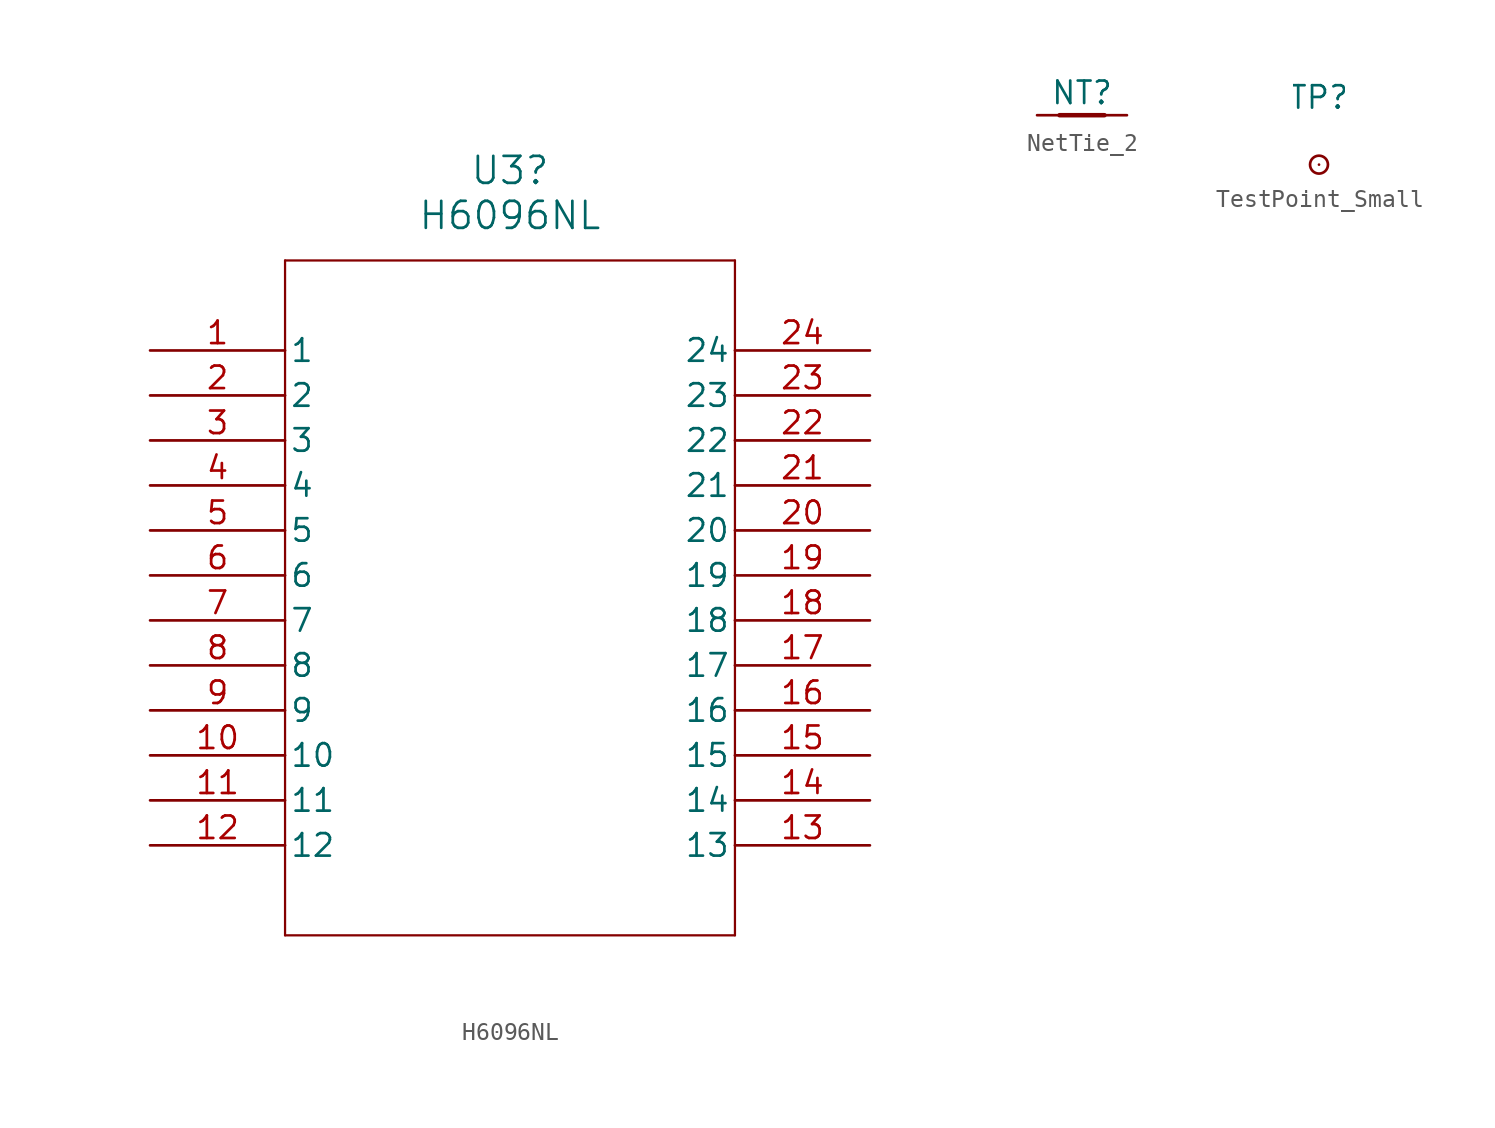
<source format=kicad_sym>
(kicad_symbol_lib
  (version 20231120)
  (generator "kicad_symbol_editor")
  (generator_version "8.0")
  (symbol "H6096NL"
    (pin_names
      (offset 0.254))
    (property "Reference" "U3"
      (at 20.32 10.16 0)
      (effects (font (size 1.524 1.524))))
    (property "Value" "H6096NL"
      (at 20.32 7.62 0)
      (effects (font (size 1.524 1.524))))
    (property "ki_locked" ""
      (at 0 0 0)
      (effects (font (size 1.27 1.27))))
    (symbol "H6096NL_0_1"
      (polyline (pts (xy 7.62 -33.02) (xy 33.02 -33.02)) (stroke (width 0.127) (type default)) (fill (type none)))
      (polyline (pts (xy 7.62 5.08) (xy 7.62 -33.02)) (stroke (width 0.127) (type default)) (fill (type none)))
      (polyline (pts (xy 33.02 -33.02) (xy 33.02 5.08)) (stroke (width 0.127) (type default)) (fill (type none)))
      (polyline (pts (xy 33.02 5.08) (xy 7.62 5.08)) (stroke (width 0.127) (type default)) (fill (type none)))
      (pin unspecified line (at 0 0 0) (length 7.62) (name "1" (effects (font (size 1.27 1.27)))) (number "1" (effects (font (size 1.27 1.27)))))
      (pin unspecified line (at 0 -22.86 0) (length 7.62) (name "10" (effects (font (size 1.27 1.27)))) (number "10" (effects (font (size 1.27 1.27)))))
      (pin unspecified line (at 0 -25.4 0) (length 7.62) (name "11" (effects (font (size 1.27 1.27)))) (number "11" (effects (font (size 1.27 1.27)))))
      (pin unspecified line (at 0 -27.94 0) (length 7.62) (name "12" (effects (font (size 1.27 1.27)))) (number "12" (effects (font (size 1.27 1.27)))))
      (pin unspecified line (at 40.64 -27.94 180) (length 7.62) (name "13" (effects (font (size 1.27 1.27)))) (number "13" (effects (font (size 1.27 1.27)))))
      (pin unspecified line (at 40.64 -25.4 180) (length 7.62) (name "14" (effects (font (size 1.27 1.27)))) (number "14" (effects (font (size 1.27 1.27)))))
      (pin unspecified line (at 40.64 -22.86 180) (length 7.62) (name "15" (effects (font (size 1.27 1.27)))) (number "15" (effects (font (size 1.27 1.27)))))
      (pin unspecified line (at 40.64 -20.32 180) (length 7.62) (name "16" (effects (font (size 1.27 1.27)))) (number "16" (effects (font (size 1.27 1.27)))))
      (pin unspecified line (at 40.64 -17.78 180) (length 7.62) (name "17" (effects (font (size 1.27 1.27)))) (number "17" (effects (font (size 1.27 1.27)))))
      (pin unspecified line (at 40.64 -15.24 180) (length 7.62) (name "18" (effects (font (size 1.27 1.27)))) (number "18" (effects (font (size 1.27 1.27)))))
      (pin unspecified line (at 40.64 -12.7 180) (length 7.62) (name "19" (effects (font (size 1.27 1.27)))) (number "19" (effects (font (size 1.27 1.27)))))
      (pin unspecified line (at 0 -2.54 0) (length 7.62) (name "2" (effects (font (size 1.27 1.27)))) (number "2" (effects (font (size 1.27 1.27)))))
      (pin unspecified line (at 40.64 -10.16 180) (length 7.62) (name "20" (effects (font (size 1.27 1.27)))) (number "20" (effects (font (size 1.27 1.27)))))
      (pin unspecified line (at 40.64 -7.62 180) (length 7.62) (name "21" (effects (font (size 1.27 1.27)))) (number "21" (effects (font (size 1.27 1.27)))))
      (pin unspecified line (at 40.64 -5.08 180) (length 7.62) (name "22" (effects (font (size 1.27 1.27)))) (number "22" (effects (font (size 1.27 1.27)))))
      (pin unspecified line (at 40.64 -2.54 180) (length 7.62) (name "23" (effects (font (size 1.27 1.27)))) (number "23" (effects (font (size 1.27 1.27)))))
      (pin unspecified line (at 40.64 0 180) (length 7.62) (name "24" (effects (font (size 1.27 1.27)))) (number "24" (effects (font (size 1.27 1.27)))))
      (pin unspecified line (at 0 -5.08 0) (length 7.62) (name "3" (effects (font (size 1.27 1.27)))) (number "3" (effects (font (size 1.27 1.27)))))
      (pin unspecified line (at 0 -7.62 0) (length 7.62) (name "4" (effects (font (size 1.27 1.27)))) (number "4" (effects (font (size 1.27 1.27)))))
      (pin unspecified line (at 0 -10.16 0) (length 7.62) (name "5" (effects (font (size 1.27 1.27)))) (number "5" (effects (font (size 1.27 1.27)))))
      (pin unspecified line (at 0 -12.7 0) (length 7.62) (name "6" (effects (font (size 1.27 1.27)))) (number "6" (effects (font (size 1.27 1.27)))))
      (pin unspecified line (at 0 -15.24 0) (length 7.62) (name "7" (effects (font (size 1.27 1.27)))) (number "7" (effects (font (size 1.27 1.27)))))
      (pin unspecified line (at 0 -17.78 0) (length 7.62) (name "8" (effects (font (size 1.27 1.27)))) (number "8" (effects (font (size 1.27 1.27)))))
      (pin unspecified line (at 0 -20.32 0) (length 7.62) (name "9" (effects (font (size 1.27 1.27)))) (number "9" (effects (font (size 1.27 1.27)))))))
  (symbol "NetTie_2"
    (pin_numbers hide)
    (pin_names
      (offset 0) hide)
    (property "Reference" "NT"
      (at 0 1.27 0)
      (effects (font (size 1.27 1.27))))
    (symbol "NetTie_2_0_1"
      (polyline (pts (xy -1.27 0) (xy 1.27 0)) (stroke (width 0.254) (type default)) (fill (type none))))
    (symbol "NetTie_2_1_1"
      (pin passive line (at -2.54 0 0) (length 2.54) (name "1" (effects (font (size 1.27 1.27)))) (number "1" (effects (font (size 1.27 1.27)))))
      (pin passive line (at 2.54 0 180) (length 2.54) (name "2" (effects (font (size 1.27 1.27)))) (number "2" (effects (font (size 1.27 1.27)))))))
  (symbol "TestPoint_Small"
    (pin_numbers hide)
    (pin_names
      (offset 0.762) hide)
    (property "Reference" "TP"
      (at 0 3.81 0)
      (effects (font (size 1.27 1.27))))
    (symbol "TestPoint_Small_0_1"
      (circle (center 0 0) (radius 0.508) (stroke (width 0) (type default)) (fill (type none))))
    (symbol "TestPoint_Small_1_1"
      (pin passive line (at 0 0 90) (length 0) (name "1" (effects (font (size 1.27 1.27)))) (number "1" (effects (font (size 1.27 1.27))))))))
</source>
